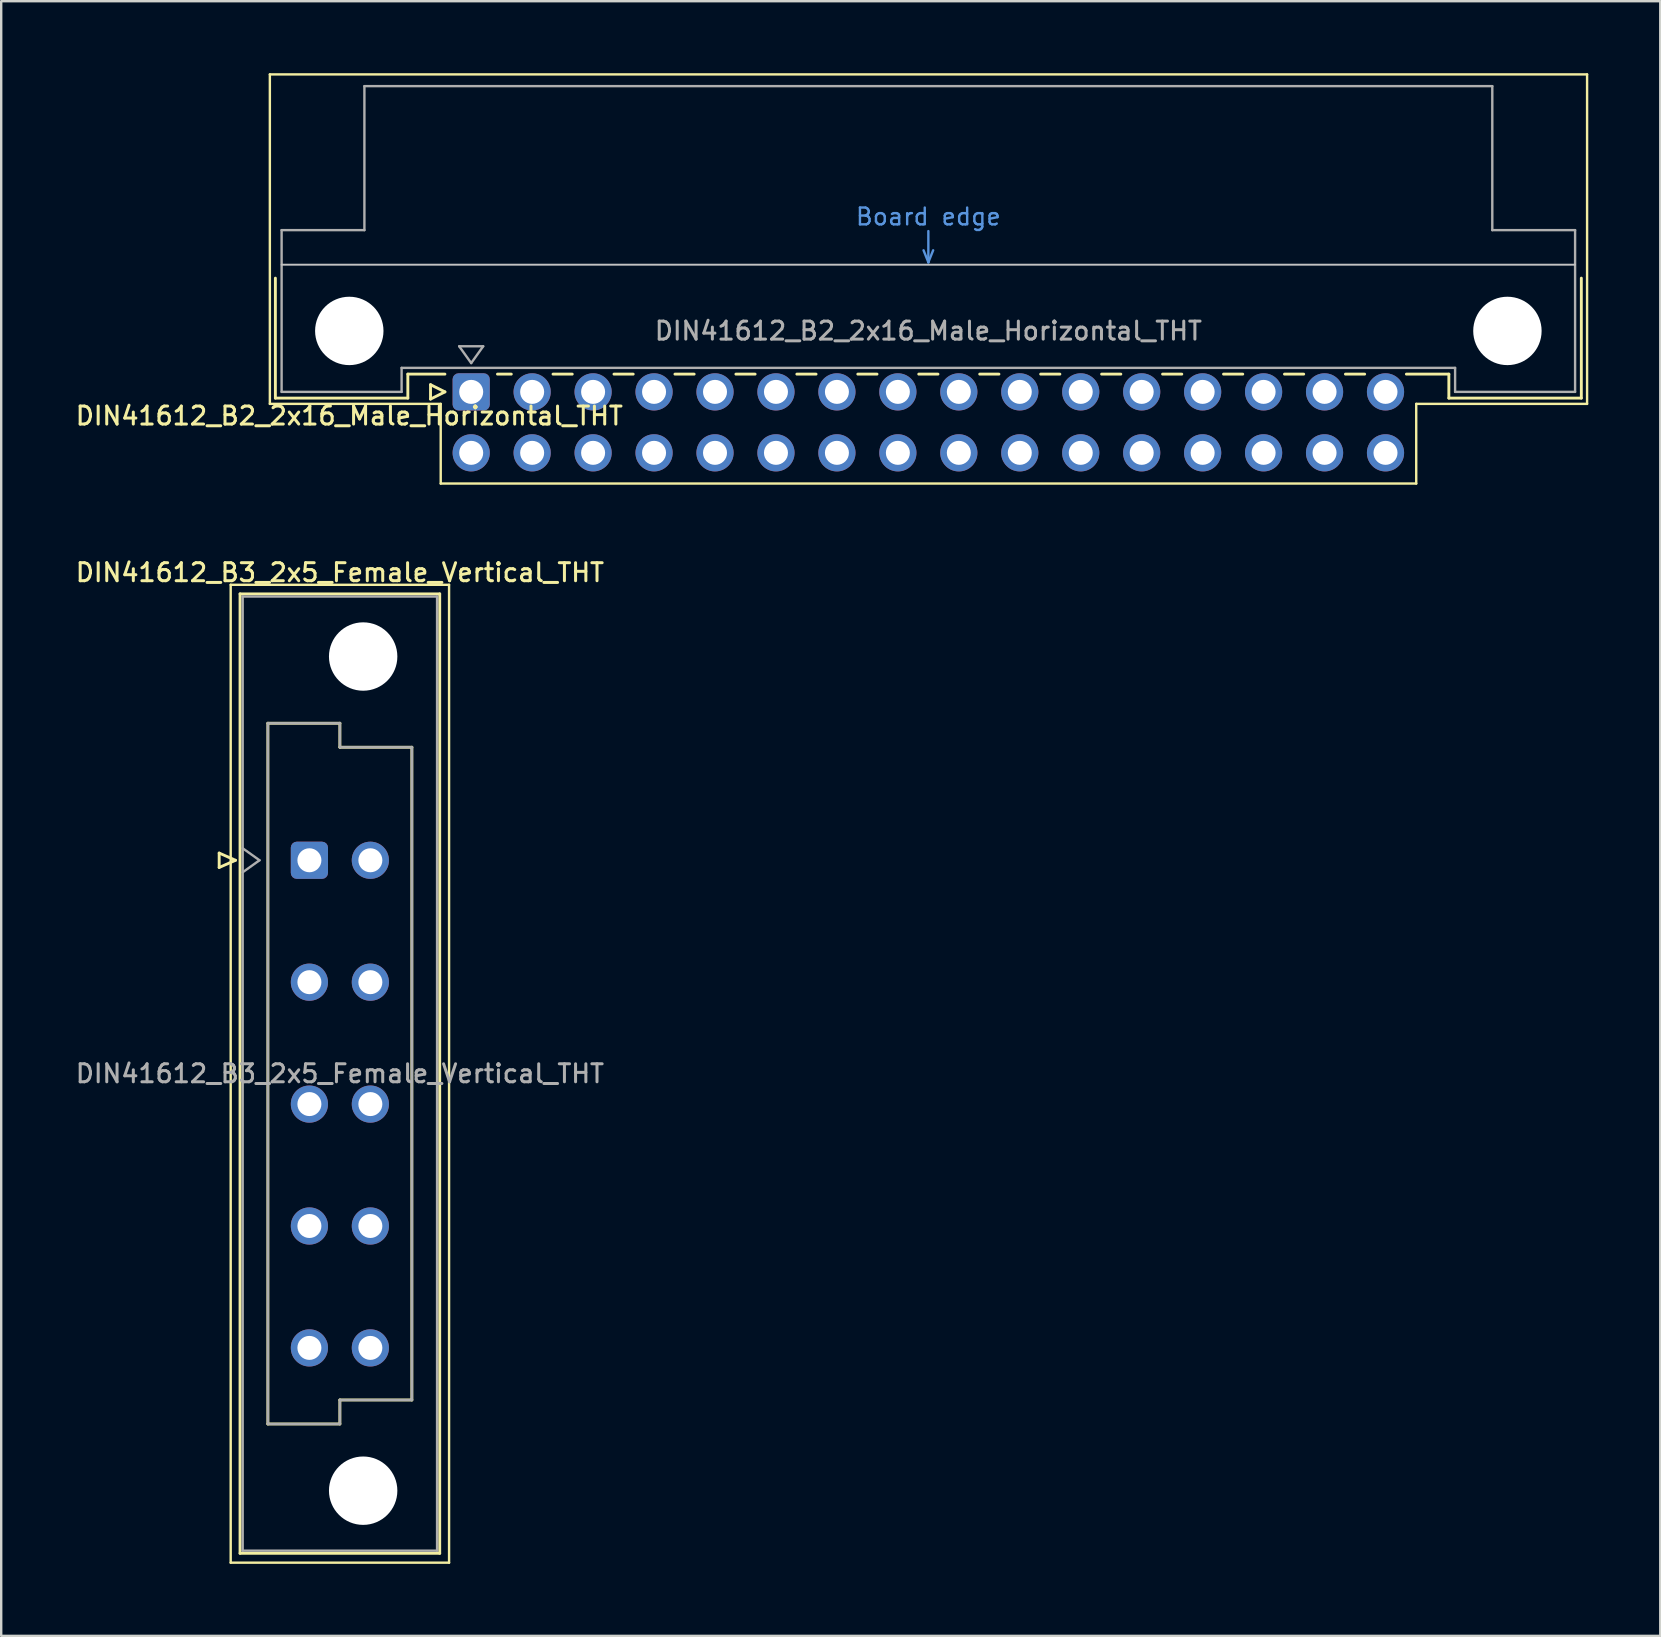
<source format=kicad_pcb>
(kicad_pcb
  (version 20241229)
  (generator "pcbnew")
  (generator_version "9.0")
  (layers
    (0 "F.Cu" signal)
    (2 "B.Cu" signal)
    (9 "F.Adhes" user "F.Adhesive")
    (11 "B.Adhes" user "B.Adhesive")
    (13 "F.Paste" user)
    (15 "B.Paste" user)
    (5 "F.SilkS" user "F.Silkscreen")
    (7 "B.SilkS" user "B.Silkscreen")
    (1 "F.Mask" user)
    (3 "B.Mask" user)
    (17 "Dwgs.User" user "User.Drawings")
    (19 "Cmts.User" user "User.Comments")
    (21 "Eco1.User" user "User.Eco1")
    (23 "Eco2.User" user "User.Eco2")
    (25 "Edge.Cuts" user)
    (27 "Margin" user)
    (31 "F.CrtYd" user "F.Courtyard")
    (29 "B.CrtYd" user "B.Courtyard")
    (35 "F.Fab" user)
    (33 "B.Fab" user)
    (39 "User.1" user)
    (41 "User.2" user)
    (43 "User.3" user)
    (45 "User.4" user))
  (footprint "DIN41612_B3_2x5_Female_Vertical_THT"
    (layer "F.Cu")
    (at 9.843 30.258)
    (property "Reference" "DIN41612_B3_2x5_Female_Vertical_THT" (at 1.27 -9.45 0) (layer "F.SilkS") (effects (font (size 0.75 0.75) (thickness 0.125))))
    (attr through_hole)
    (fp_line (start -3.76 2.24) (end -3.76 2.84) (stroke (width 0.12) (type solid)) (layer "F.SilkS"))
    (fp_line (start -3.76 2.84) (end -3.08 2.54) (stroke (width 0.12) (type solid)) (layer "F.SilkS"))
    (fp_line (start -3.28 -8.94) (end 5.82 -8.94) (stroke (width 0.1) (type solid)) (layer "F.SilkS"))
    (fp_line (start -3.28 31.81) (end -3.28 -8.94) (stroke (width 0.1) (type solid)) (layer "F.SilkS"))
    (fp_line (start -3.08 2.54) (end -3.76 2.24) (stroke (width 0.12) (type solid)) (layer "F.SilkS"))
    (fp_line (start -2.89 -8.56) (end 5.43 -8.56) (stroke (width 0.12) (type solid)) (layer "F.SilkS"))
    (fp_line (start -2.89 31.42) (end -2.89 -8.56) (stroke (width 0.12) (type solid)) (layer "F.SilkS"))
    (fp_line (start -1.73 -3.17) (end 1.27 -3.17) (stroke (width 0.12) (type solid)) (layer "F.SilkS"))
    (fp_line (start -1.73 26.03) (end -1.73 -3.17) (stroke (width 0.12) (type solid)) (layer "F.SilkS"))
    (fp_line (start 1.27 -3.17) (end 1.27 -2.17) (stroke (width 0.12) (type solid)) (layer "F.SilkS"))
    (fp_line (start 1.27 -2.17) (end 4.27 -2.17) (stroke (width 0.12) (type solid)) (layer "F.SilkS"))
    (fp_line (start 1.27 25.03) (end 1.27 26.03) (stroke (width 0.12) (type solid)) (layer "F.SilkS"))
    (fp_line (start 1.27 26.03) (end -1.73 26.03) (stroke (width 0.12) (type solid)) (layer "F.SilkS"))
    (fp_line (start 4.27 -2.17) (end 4.27 25.03) (stroke (width 0.12) (type solid)) (layer "F.SilkS"))
    (fp_line (start 4.27 25.03) (end 1.27 25.03) (stroke (width 0.12) (type solid)) (layer "F.SilkS"))
    (fp_line (start 5.43 -8.56) (end 5.43 31.42) (stroke (width 0.12) (type solid)) (layer "F.SilkS"))
    (fp_line (start 5.43 31.42) (end -2.89 31.42) (stroke (width 0.12) (type solid)) (layer "F.SilkS"))
    (fp_line (start 5.82 -8.94) (end 5.82 31.81) (stroke (width 0.1) (type solid)) (layer "F.SilkS"))
    (fp_line (start 5.82 31.81) (end -3.28 31.81) (stroke (width 0.1) (type solid)) (layer "F.SilkS"))
    (fp_line (start -2.78 -8.45) (end 5.32 -8.45) (stroke (width 0.1) (type solid)) (layer "F.Fab"))
    (fp_line (start -2.78 2.04) (end -2.08 2.54) (stroke (width 0.1) (type solid)) (layer "F.Fab"))
    (fp_line (start -2.78 31.31) (end -2.78 -8.45) (stroke (width 0.1) (type solid)) (layer "F.Fab"))
    (fp_line (start -2.08 2.54) (end -2.78 3.04) (stroke (width 0.1) (type solid)) (layer "F.Fab"))
    (fp_line (start -1.73 -3.17) (end 1.27 -3.17) (stroke (width 0.1) (type solid)) (layer "F.Fab"))
    (fp_line (start -1.73 26.03) (end -1.73 -3.17) (stroke (width 0.1) (type solid)) (layer "F.Fab"))
    (fp_line (start 1.27 -3.17) (end 1.27 -2.17) (stroke (width 0.1) (type solid)) (layer "F.Fab"))
    (fp_line (start 1.27 -2.17) (end 4.27 -2.17) (stroke (width 0.1) (type solid)) (layer "F.Fab"))
    (fp_line (start 1.27 25.03) (end 1.27 26.03) (stroke (width 0.1) (type solid)) (layer "F.Fab"))
    (fp_line (start 1.27 26.03) (end -1.73 26.03) (stroke (width 0.1) (type solid)) (layer "F.Fab"))
    (fp_line (start 4.27 -2.17) (end 4.27 25.03) (stroke (width 0.1) (type solid)) (layer "F.Fab"))
    (fp_line (start 4.27 25.03) (end 1.27 25.03) (stroke (width 0.1) (type solid)) (layer "F.Fab"))
    (fp_line (start 5.32 -8.45) (end 5.32 31.31) (stroke (width 0.1) (type solid)) (layer "F.Fab"))
    (fp_line (start 5.32 31.31) (end -2.78 31.31) (stroke (width 0.1) (type solid)) (layer "F.Fab"))
    (fp_text user "${REFERENCE}" (at 1.27 11.43 0) (layer "F.Fab") (effects (font (size 0.75 0.75) (thickness 0.125))))
    (pad "" np_thru_hole circle (at 2.24 -5.95) (size 2.85 2.85) (drill 2.85) (layers "*.Cu" "*.Mask"))
    (pad "" np_thru_hole circle (at 2.24 28.81) (size 2.85 2.85) (drill 2.85) (layers "*.Cu" "*.Mask"))
    (pad "a2" thru_hole roundrect (at 0 2.54) (size 1.55 1.55) (drill 1) (layers "*.Cu" "*.Mask") (roundrect_rratio 0.161))
    (pad "a4" thru_hole circle (at 0 7.62) (size 1.55 1.55) (drill 1) (layers "*.Cu" "*.Mask"))
    (pad "a6" thru_hole circle (at 0 12.7) (size 1.55 1.55) (drill 1) (layers "*.Cu" "*.Mask"))
    (pad "a8" thru_hole circle (at 0 17.78) (size 1.55 1.55) (drill 1) (layers "*.Cu" "*.Mask"))
    (pad "a10" thru_hole circle (at 0 22.86) (size 1.55 1.55) (drill 1) (layers "*.Cu" "*.Mask"))
    (pad "b2" thru_hole circle (at 2.54 2.54) (size 1.55 1.55) (drill 1) (layers "*.Cu" "*.Mask"))
    (pad "b4" thru_hole circle (at 2.54 7.62) (size 1.55 1.55) (drill 1) (layers "*.Cu" "*.Mask"))
    (pad "b6" thru_hole circle (at 2.54 12.7) (size 1.55 1.55) (drill 1) (layers "*.Cu" "*.Mask"))
    (pad "b8" thru_hole circle (at 2.54 17.78) (size 1.55 1.55) (drill 1) (layers "*.Cu" "*.Mask"))
    (pad "b10" thru_hole circle (at 2.54 22.86) (size 1.55 1.55) (drill 1) (layers "*.Cu" "*.Mask")))
  (footprint "DIN41612_B2_2x16_Male_Horizontal_THT"
    (layer "F.Cu")
    (at 16.585 13.28)
    (property "Reference" "DIN41612_B2_2x16_Male_Horizontal_THT" (at -5.08 1 0) (layer "F.SilkS") (effects (font (size 0.75 0.75) (thickness 0.125))))
    (attr through_hole)
    (fp_line (start -8.39 -13.23) (end -8.39 0.5) (stroke (width 0.1) (type solid)) (layer "F.SilkS"))
    (fp_line (start -8.39 0.5) (end -1.27 0.5) (stroke (width 0.1) (type solid)) (layer "F.SilkS"))
    (fp_line (start -8.16 -4.74) (end -8.16 0.26) (stroke (width 0.12) (type solid)) (layer "F.SilkS"))
    (fp_line (start -8.16 0.26) (end -2.64 0.26) (stroke (width 0.12) (type solid)) (layer "F.SilkS"))
    (fp_line (start -2.64 -0.74) (end -1.095 -0.74) (stroke (width 0.12) (type solid)) (layer "F.SilkS"))
    (fp_line (start -2.64 0.26) (end -2.64 -0.74) (stroke (width 0.12) (type solid)) (layer "F.SilkS"))
    (fp_line (start -1.695 -0.3) (end -1.695 0.3) (stroke (width 0.12) (type solid)) (layer "F.SilkS"))
    (fp_line (start -1.695 0.3) (end -1.095 0) (stroke (width 0.12) (type solid)) (layer "F.SilkS"))
    (fp_line (start -1.27 0.5) (end -1.27 3.82) (stroke (width 0.1) (type solid)) (layer "F.SilkS"))
    (fp_line (start -1.27 3.82) (end 39.38 3.82) (stroke (width 0.1) (type solid)) (layer "F.SilkS"))
    (fp_line (start -1.095 0) (end -1.695 -0.3) (stroke (width 0.12) (type solid)) (layer "F.SilkS"))
    (fp_line (start 1.095 -0.74) (end 1.671 -0.74) (stroke (width 0.12) (type solid)) (layer "F.SilkS"))
    (fp_line (start 3.41 -0.74) (end 4.211 -0.74) (stroke (width 0.12) (type solid)) (layer "F.SilkS"))
    (fp_line (start 5.95 -0.74) (end 6.751 -0.74) (stroke (width 0.12) (type solid)) (layer "F.SilkS"))
    (fp_line (start 8.49 -0.74) (end 9.291 -0.74) (stroke (width 0.12) (type solid)) (layer "F.SilkS"))
    (fp_line (start 11.03 -0.74) (end 11.831 -0.74) (stroke (width 0.12) (type solid)) (layer "F.SilkS"))
    (fp_line (start 13.57 -0.74) (end 14.371 -0.74) (stroke (width 0.12) (type solid)) (layer "F.SilkS"))
    (fp_line (start 16.11 -0.74) (end 16.911 -0.74) (stroke (width 0.12) (type solid)) (layer "F.SilkS"))
    (fp_line (start 18.65 -0.74) (end 19.451 -0.74) (stroke (width 0.12) (type solid)) (layer "F.SilkS"))
    (fp_line (start 21.19 -0.74) (end 21.991 -0.74) (stroke (width 0.12) (type solid)) (layer "F.SilkS"))
    (fp_line (start 23.73 -0.74) (end 24.531 -0.74) (stroke (width 0.12) (type solid)) (layer "F.SilkS"))
    (fp_line (start 26.27 -0.74) (end 27.071 -0.74) (stroke (width 0.12) (type solid)) (layer "F.SilkS"))
    (fp_line (start 28.81 -0.74) (end 29.611 -0.74) (stroke (width 0.12) (type solid)) (layer "F.SilkS"))
    (fp_line (start 31.35 -0.74) (end 32.151 -0.74) (stroke (width 0.12) (type solid)) (layer "F.SilkS"))
    (fp_line (start 33.89 -0.74) (end 34.691 -0.74) (stroke (width 0.12) (type solid)) (layer "F.SilkS"))
    (fp_line (start 36.43 -0.74) (end 37.231 -0.74) (stroke (width 0.12) (type solid)) (layer "F.SilkS"))
    (fp_line (start 38.97 -0.74) (end 40.74 -0.74) (stroke (width 0.12) (type solid)) (layer "F.SilkS"))
    (fp_line (start 39.38 0.5) (end 46.5 0.5) (stroke (width 0.1) (type solid)) (layer "F.SilkS"))
    (fp_line (start 39.38 3.82) (end 39.38 0.5) (stroke (width 0.1) (type solid)) (layer "F.SilkS"))
    (fp_line (start 40.74 0.26) (end 40.74 -0.74) (stroke (width 0.12) (type solid)) (layer "F.SilkS"))
    (fp_line (start 46.26 -4.74) (end 46.26 0.26) (stroke (width 0.12) (type solid)) (layer "F.SilkS"))
    (fp_line (start 46.26 0.26) (end 40.74 0.26) (stroke (width 0.12) (type solid)) (layer "F.SilkS"))
    (fp_line (start 46.5 -13.23) (end -8.39 -13.23) (stroke (width 0.1) (type solid)) (layer "F.SilkS"))
    (fp_line (start 46.5 0.5) (end 46.5 -13.23) (stroke (width 0.1) (type solid)) (layer "F.SilkS"))
    (fp_line (start -7.9 -5.3) (end 46 -5.3) (stroke (width 0.08) (type solid)) (layer "Dwgs.User"))
    (fp_line (start 18.85 -5.9) (end 19.05 -5.4) (stroke (width 0.1) (type solid)) (layer "Cmts.User"))
    (fp_line (start 19.05 -5.4) (end 19.05 -6.7) (stroke (width 0.1) (type solid)) (layer "Cmts.User"))
    (fp_line (start 19.05 -5.4) (end 19.25 -5.9) (stroke (width 0.1) (type solid)) (layer "Cmts.User"))
    (fp_line (start -7.9 -6.74) (end -7.9 0) (stroke (width 0.1) (type solid)) (layer "F.Fab"))
    (fp_line (start -7.9 0) (end -2.9 0) (stroke (width 0.1) (type solid)) (layer "F.Fab"))
    (fp_line (start -4.45 -12.74) (end -4.45 -6.74) (stroke (width 0.1) (type solid)) (layer "F.Fab"))
    (fp_line (start -4.45 -6.74) (end -7.9 -6.74) (stroke (width 0.1) (type solid)) (layer "F.Fab"))
    (fp_line (start -2.9 -1) (end 41 -1) (stroke (width 0.1) (type solid)) (layer "F.Fab"))
    (fp_line (start -2.9 0) (end -2.9 -1) (stroke (width 0.1) (type solid)) (layer "F.Fab"))
    (fp_line (start -0.5 -1.9) (end 0.5 -1.9) (stroke (width 0.1) (type solid)) (layer "F.Fab"))
    (fp_line (start 0 -1.2) (end -0.5 -1.9) (stroke (width 0.1) (type solid)) (layer "F.Fab"))
    (fp_line (start 0.5 -1.9) (end 0 -1.2) (stroke (width 0.1) (type solid)) (layer "F.Fab"))
    (fp_line (start 41 -1) (end 41 0) (stroke (width 0.1) (type solid)) (layer "F.Fab"))
    (fp_line (start 41 0) (end 46 0) (stroke (width 0.1) (type solid)) (layer "F.Fab"))
    (fp_line (start 42.55 -12.74) (end -4.45 -12.74) (stroke (width 0.1) (type solid)) (layer "F.Fab"))
    (fp_line (start 42.55 -6.74) (end 42.55 -12.74) (stroke (width 0.1) (type solid)) (layer "F.Fab"))
    (fp_line (start 46 -6.74) (end 42.55 -6.74) (stroke (width 0.1) (type solid)) (layer "F.Fab"))
    (fp_line (start 46 0) (end 46 -6.74) (stroke (width 0.1) (type solid)) (layer "F.Fab"))
    (fp_text user "Board edge" (at 19.05 -7.3 0) (layer "Cmts.User") (effects (font (size 0.7 0.7) (thickness 0.1))))
    (fp_text user "${REFERENCE}" (at 19.05 -2.54 0) (layer "F.Fab") (effects (font (size 0.75 0.75) (thickness 0.125))))
    (pad "" np_thru_hole circle (at -5.08 -2.54) (size 2.85 2.85) (drill 2.85) (layers "*.Cu" "*.Mask"))
    (pad "" np_thru_hole circle (at 43.18 -2.54) (size 2.85 2.85) (drill 2.85) (layers "*.Cu" "*.Mask"))
    (pad "a1" thru_hole roundrect (at 0 0) (size 1.55 1.55) (drill 1) (layers "*.Cu" "*.Mask") (roundrect_rratio 0.161))
    (pad "a2" thru_hole circle (at 2.54 0) (size 1.55 1.55) (drill 1) (layers "*.Cu" "*.Mask"))
    (pad "a3" thru_hole circle (at 5.08 0) (size 1.55 1.55) (drill 1) (layers "*.Cu" "*.Mask"))
    (pad "a4" thru_hole circle (at 7.62 0) (size 1.55 1.55) (drill 1) (layers "*.Cu" "*.Mask"))
    (pad "a5" thru_hole circle (at 10.16 0) (size 1.55 1.55) (drill 1) (layers "*.Cu" "*.Mask"))
    (pad "a6" thru_hole circle (at 12.7 0) (size 1.55 1.55) (drill 1) (layers "*.Cu" "*.Mask"))
    (pad "a7" thru_hole circle (at 15.24 0) (size 1.55 1.55) (drill 1) (layers "*.Cu" "*.Mask"))
    (pad "a8" thru_hole circle (at 17.78 0) (size 1.55 1.55) (drill 1) (layers "*.Cu" "*.Mask"))
    (pad "a9" thru_hole circle (at 20.32 0) (size 1.55 1.55) (drill 1) (layers "*.Cu" "*.Mask"))
    (pad "a10" thru_hole circle (at 22.86 0) (size 1.55 1.55) (drill 1) (layers "*.Cu" "*.Mask"))
    (pad "a11" thru_hole circle (at 25.4 0) (size 1.55 1.55) (drill 1) (layers "*.Cu" "*.Mask"))
    (pad "a12" thru_hole circle (at 27.94 0) (size 1.55 1.55) (drill 1) (layers "*.Cu" "*.Mask"))
    (pad "a13" thru_hole circle (at 30.48 0) (size 1.55 1.55) (drill 1) (layers "*.Cu" "*.Mask"))
    (pad "a14" thru_hole circle (at 33.02 0) (size 1.55 1.55) (drill 1) (layers "*.Cu" "*.Mask"))
    (pad "a15" thru_hole circle (at 35.56 0) (size 1.55 1.55) (drill 1) (layers "*.Cu" "*.Mask"))
    (pad "a16" thru_hole circle (at 38.1 0) (size 1.55 1.55) (drill 1) (layers "*.Cu" "*.Mask"))
    (pad "b1" thru_hole circle (at 0 2.54) (size 1.55 1.55) (drill 1) (layers "*.Cu" "*.Mask"))
    (pad "b2" thru_hole circle (at 2.54 2.54) (size 1.55 1.55) (drill 1) (layers "*.Cu" "*.Mask"))
    (pad "b3" thru_hole circle (at 5.08 2.54) (size 1.55 1.55) (drill 1) (layers "*.Cu" "*.Mask"))
    (pad "b4" thru_hole circle (at 7.62 2.54) (size 1.55 1.55) (drill 1) (layers "*.Cu" "*.Mask"))
    (pad "b5" thru_hole circle (at 10.16 2.54) (size 1.55 1.55) (drill 1) (layers "*.Cu" "*.Mask"))
    (pad "b6" thru_hole circle (at 12.7 2.54) (size 1.55 1.55) (drill 1) (layers "*.Cu" "*.Mask"))
    (pad "b7" thru_hole circle (at 15.24 2.54) (size 1.55 1.55) (drill 1) (layers "*.Cu" "*.Mask"))
    (pad "b8" thru_hole circle (at 17.78 2.54) (size 1.55 1.55) (drill 1) (layers "*.Cu" "*.Mask"))
    (pad "b9" thru_hole circle (at 20.32 2.54) (size 1.55 1.55) (drill 1) (layers "*.Cu" "*.Mask"))
    (pad "b10" thru_hole circle (at 22.86 2.54) (size 1.55 1.55) (drill 1) (layers "*.Cu" "*.Mask"))
    (pad "b11" thru_hole circle (at 25.4 2.54) (size 1.55 1.55) (drill 1) (layers "*.Cu" "*.Mask"))
    (pad "b12" thru_hole circle (at 27.94 2.54) (size 1.55 1.55) (drill 1) (layers "*.Cu" "*.Mask"))
    (pad "b13" thru_hole circle (at 30.48 2.54) (size 1.55 1.55) (drill 1) (layers "*.Cu" "*.Mask"))
    (pad "b14" thru_hole circle (at 33.02 2.54) (size 1.55 1.55) (drill 1) (layers "*.Cu" "*.Mask"))
    (pad "b15" thru_hole circle (at 35.56 2.54) (size 1.55 1.55) (drill 1) (layers "*.Cu" "*.Mask"))
    (pad "b16" thru_hole circle (at 38.1 2.54) (size 1.55 1.55) (drill 1) (layers "*.Cu" "*.Mask")))
  (gr_rect
    (start -3 -3)
    (end 66.135 65.118)
    (stroke (width 0.1) (type default))
    (fill no)
    (layer "Edge.Cuts")))
</source>
